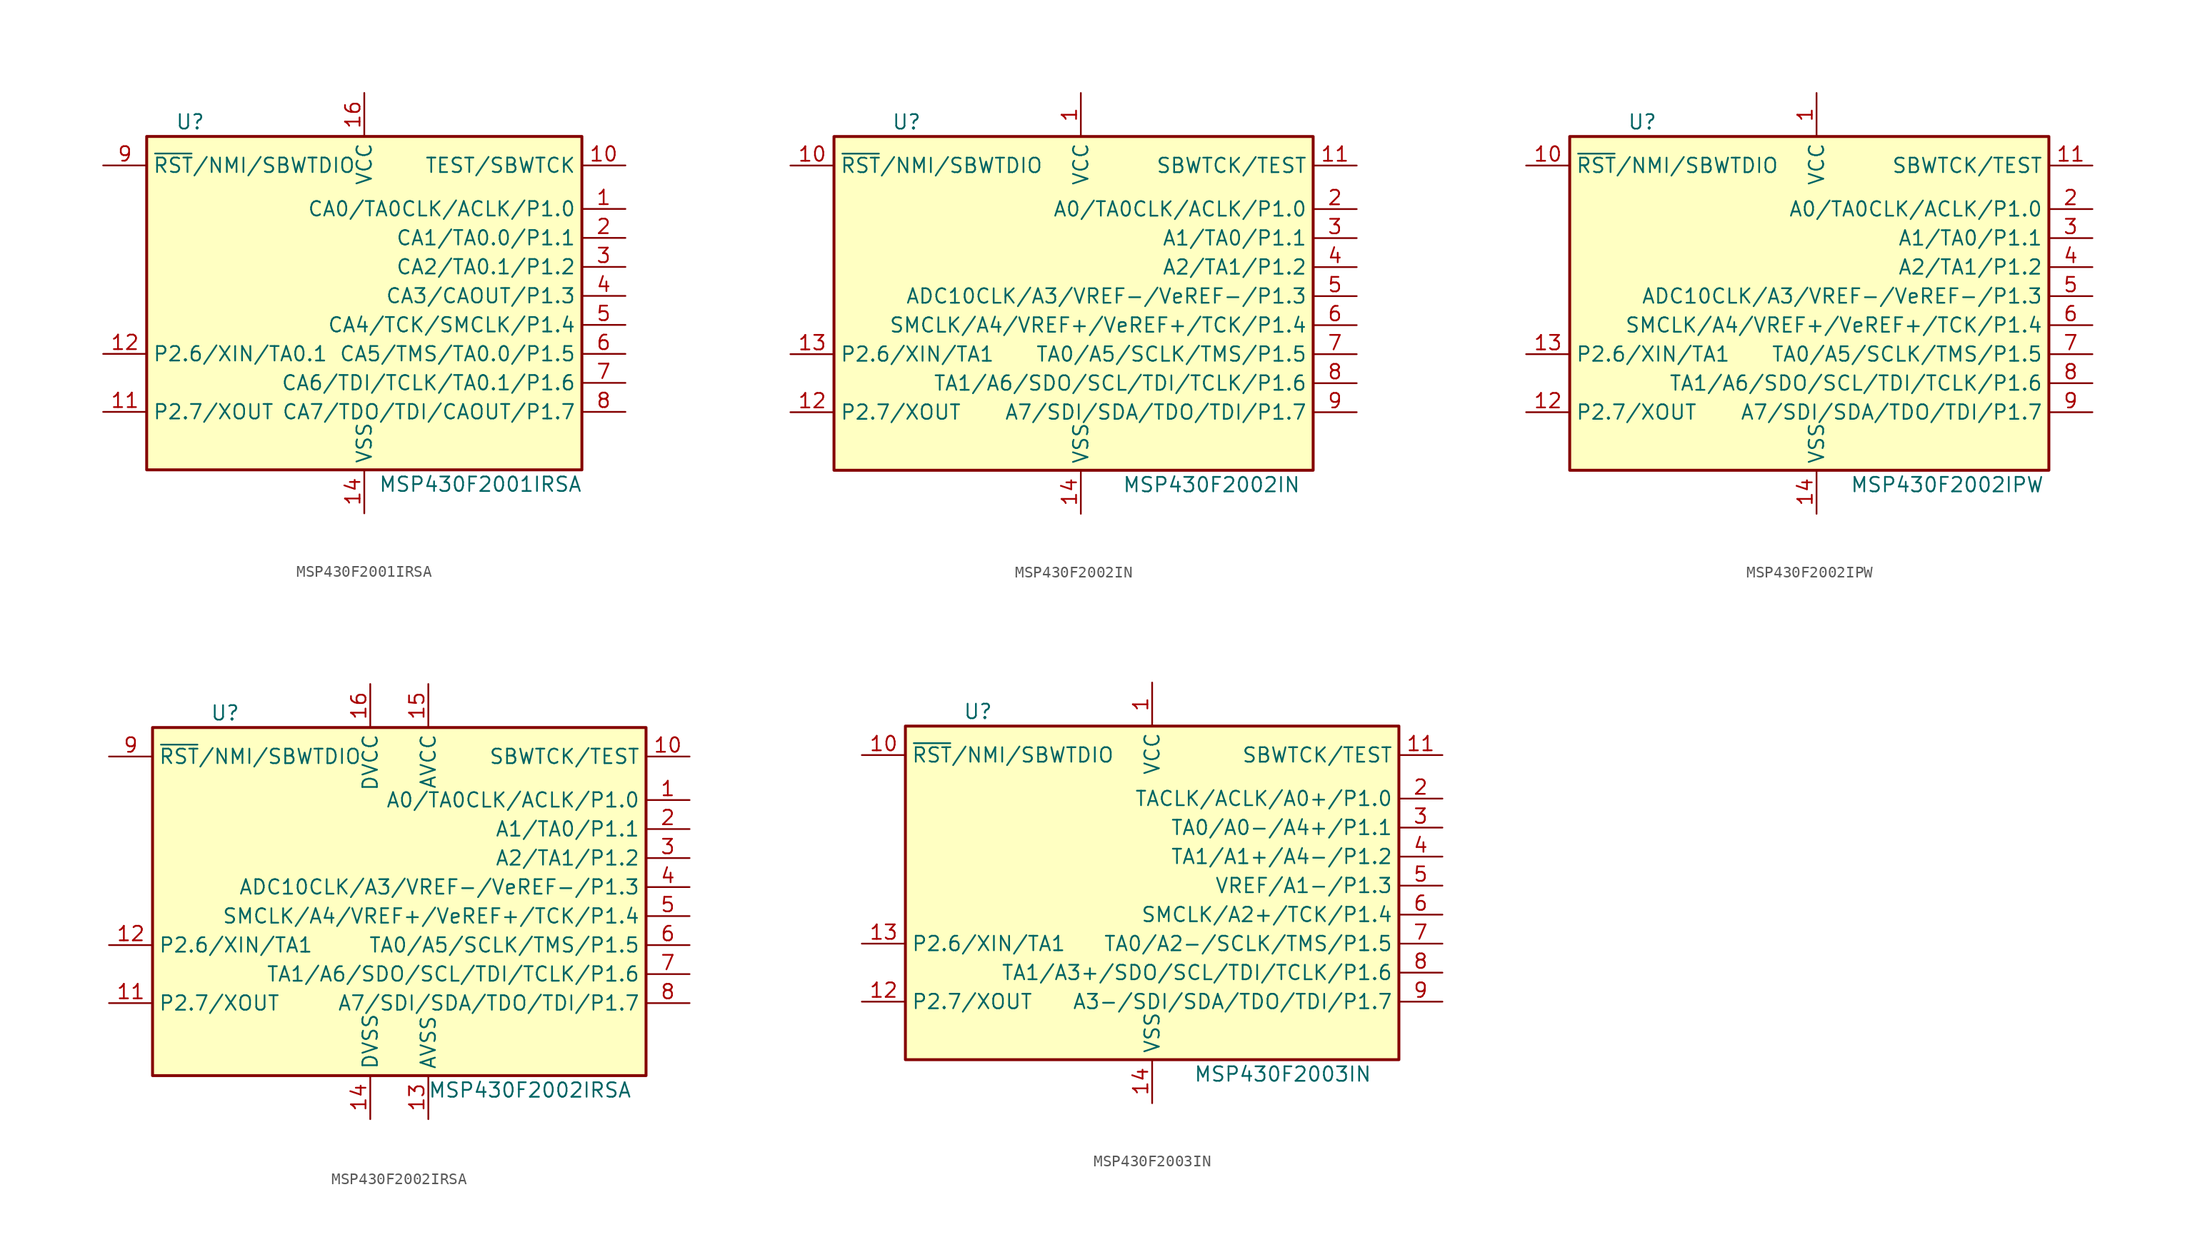
<source format=kicad_sym>
(kicad_symbol_lib
  (version 20201005)
  (generator kicad_symbol_editor)
  (symbol "MCU_Texas_MSP430:MSP430F2001IRSA"
    (property "Reference" "U"
      (at -15.24 15.24 0)
      (effects (font (size 1.27 1.27))))
    (property "Value" "MSP430F2001IRSA"
      (at 10.16 -16.51 0)
      (effects (font (size 1.27 1.27))))
    (symbol "MSP430F2001IRSA_0_1"
      (rectangle (start -19.05 13.97) (end 19.05 -15.24) (stroke (width 0.254)) (fill (type background))))
    (symbol "MSP430F2001IRSA_1_1"
      (pin bidirectional line (at 22.86 7.62 180) (length 3.81) (name "CA0/TA0CLK/ACLK/P1.0" (effects (font (size 1.27 1.27)))) (number "1" (effects (font (size 1.27 1.27)))))
      (pin input line (at 22.86 11.43 180) (length 3.81) (name "TEST/SBWTCK" (effects (font (size 1.27 1.27)))) (number "10" (effects (font (size 1.27 1.27)))))
      (pin bidirectional line (at -22.86 -10.16 0) (length 3.81) (name "P2.7/XOUT" (effects (font (size 1.27 1.27)))) (number "11" (effects (font (size 1.27 1.27)))))
      (pin bidirectional line (at -22.86 -5.08 0) (length 3.81) (name "P2.6/XIN/TA0.1" (effects (font (size 1.27 1.27)))) (number "12" (effects (font (size 1.27 1.27)))))
      (pin power_in line (at 0 -19.05 90) (length 3.81) (name "VSS" (effects (font (size 1.27 1.27)))) (number "14" (effects (font (size 1.27 1.27)))))
      (pin power_in line (at 0 17.78 270) (length 3.81) (name "VCC" (effects (font (size 1.27 1.27)))) (number "16" (effects (font (size 1.27 1.27)))))
      (pin bidirectional line (at 22.86 5.08 180) (length 3.81) (name "CA1/TA0.0/P1.1" (effects (font (size 1.27 1.27)))) (number "2" (effects (font (size 1.27 1.27)))))
      (pin bidirectional line (at 22.86 2.54 180) (length 3.81) (name "CA2/TA0.1/P1.2" (effects (font (size 1.27 1.27)))) (number "3" (effects (font (size 1.27 1.27)))))
      (pin bidirectional line (at 22.86 0 180) (length 3.81) (name "CA3/CAOUT/P1.3" (effects (font (size 1.27 1.27)))) (number "4" (effects (font (size 1.27 1.27)))))
      (pin bidirectional line (at 22.86 -2.54 180) (length 3.81) (name "CA4/TCK/SMCLK/P1.4" (effects (font (size 1.27 1.27)))) (number "5" (effects (font (size 1.27 1.27)))))
      (pin bidirectional line (at 22.86 -5.08 180) (length 3.81) (name "CA5/TMS/TA0.0/P1.5" (effects (font (size 1.27 1.27)))) (number "6" (effects (font (size 1.27 1.27)))))
      (pin bidirectional line (at 22.86 -7.62 180) (length 3.81) (name "CA6/TDI/TCLK/TA0.1/P1.6" (effects (font (size 1.27 1.27)))) (number "7" (effects (font (size 1.27 1.27)))))
      (pin bidirectional line (at 22.86 -10.16 180) (length 3.81) (name "CA7/TDO/TDI/CAOUT/P1.7" (effects (font (size 1.27 1.27)))) (number "8" (effects (font (size 1.27 1.27)))))
      (pin input line (at -22.86 11.43 0) (length 3.81) (name "~RST~/NMI/SBWTDIO" (effects (font (size 1.27 1.27)))) (number "9" (effects (font (size 1.27 1.27)))))))
  (symbol "MCU_Texas_MSP430:MSP430F2002IN"
    (property "Reference" "U"
      (at -15.24 15.24 0)
      (effects (font (size 1.27 1.27))))
    (property "Value" "MSP430F2002IN"
      (at 11.43 -16.51 0)
      (effects (font (size 1.27 1.27))))
    (symbol "MSP430F2002IN_0_1"
      (rectangle (start -21.59 13.97) (end 20.32 -15.24) (stroke (width 0.254)) (fill (type background))))
    (symbol "MSP430F2002IN_1_1"
      (pin power_in line (at 0 17.78 270) (length 3.81) (name "VCC" (effects (font (size 1.27 1.27)))) (number "1" (effects (font (size 1.27 1.27)))))
      (pin input line (at -25.4 11.43 0) (length 3.81) (name "~RST~/NMI/SBWTDIO" (effects (font (size 1.27 1.27)))) (number "10" (effects (font (size 1.27 1.27)))))
      (pin input line (at 24.13 11.43 180) (length 3.81) (name "SBWTCK/TEST" (effects (font (size 1.27 1.27)))) (number "11" (effects (font (size 1.27 1.27)))))
      (pin bidirectional line (at -25.4 -10.16 0) (length 3.81) (name "P2.7/XOUT" (effects (font (size 1.27 1.27)))) (number "12" (effects (font (size 1.27 1.27)))))
      (pin bidirectional line (at -25.4 -5.08 0) (length 3.81) (name "P2.6/XIN/TA1" (effects (font (size 1.27 1.27)))) (number "13" (effects (font (size 1.27 1.27)))))
      (pin power_in line (at 0 -19.05 90) (length 3.81) (name "VSS" (effects (font (size 1.27 1.27)))) (number "14" (effects (font (size 1.27 1.27)))))
      (pin bidirectional line (at 24.13 7.62 180) (length 3.81) (name "A0/TA0CLK/ACLK/P1.0" (effects (font (size 1.27 1.27)))) (number "2" (effects (font (size 1.27 1.27)))))
      (pin bidirectional line (at 24.13 5.08 180) (length 3.81) (name "A1/TA0/P1.1" (effects (font (size 1.27 1.27)))) (number "3" (effects (font (size 1.27 1.27)))))
      (pin bidirectional line (at 24.13 2.54 180) (length 3.81) (name "A2/TA1/P1.2" (effects (font (size 1.27 1.27)))) (number "4" (effects (font (size 1.27 1.27)))))
      (pin bidirectional line (at 24.13 0 180) (length 3.81) (name "ADC10CLK/A3/VREF-/VeREF-/P1.3" (effects (font (size 1.27 1.27)))) (number "5" (effects (font (size 1.27 1.27)))))
      (pin bidirectional line (at 24.13 -2.54 180) (length 3.81) (name "SMCLK/A4/VREF+/VeREF+/TCK/P1.4" (effects (font (size 1.27 1.27)))) (number "6" (effects (font (size 1.27 1.27)))))
      (pin bidirectional line (at 24.13 -5.08 180) (length 3.81) (name "TA0/A5/SCLK/TMS/P1.5" (effects (font (size 1.27 1.27)))) (number "7" (effects (font (size 1.27 1.27)))))
      (pin bidirectional line (at 24.13 -7.62 180) (length 3.81) (name "TA1/A6/SDO/SCL/TDI/TCLK/P1.6" (effects (font (size 1.27 1.27)))) (number "8" (effects (font (size 1.27 1.27)))))
      (pin bidirectional line (at 24.13 -10.16 180) (length 3.81) (name "A7/SDI/SDA/TDO/TDI/P1.7" (effects (font (size 1.27 1.27)))) (number "9" (effects (font (size 1.27 1.27)))))))
  (symbol "MCU_Texas_MSP430:MSP430F2002IPW"
    (property "Reference" "U"
      (at -15.24 15.24 0)
      (effects (font (size 1.27 1.27))))
    (property "Value" "MSP430F2002IPW"
      (at 11.43 -16.51 0)
      (effects (font (size 1.27 1.27))))
    (symbol "MSP430F2002IPW_0_1"
      (rectangle (start -21.59 13.97) (end 20.32 -15.24) (stroke (width 0.254)) (fill (type background))))
    (symbol "MSP430F2002IPW_1_1"
      (pin power_in line (at 0 17.78 270) (length 3.81) (name "VCC" (effects (font (size 1.27 1.27)))) (number "1" (effects (font (size 1.27 1.27)))))
      (pin input line (at -25.4 11.43 0) (length 3.81) (name "~RST~/NMI/SBWTDIO" (effects (font (size 1.27 1.27)))) (number "10" (effects (font (size 1.27 1.27)))))
      (pin input line (at 24.13 11.43 180) (length 3.81) (name "SBWTCK/TEST" (effects (font (size 1.27 1.27)))) (number "11" (effects (font (size 1.27 1.27)))))
      (pin bidirectional line (at -25.4 -10.16 0) (length 3.81) (name "P2.7/XOUT" (effects (font (size 1.27 1.27)))) (number "12" (effects (font (size 1.27 1.27)))))
      (pin bidirectional line (at -25.4 -5.08 0) (length 3.81) (name "P2.6/XIN/TA1" (effects (font (size 1.27 1.27)))) (number "13" (effects (font (size 1.27 1.27)))))
      (pin power_in line (at 0 -19.05 90) (length 3.81) (name "VSS" (effects (font (size 1.27 1.27)))) (number "14" (effects (font (size 1.27 1.27)))))
      (pin bidirectional line (at 24.13 7.62 180) (length 3.81) (name "A0/TA0CLK/ACLK/P1.0" (effects (font (size 1.27 1.27)))) (number "2" (effects (font (size 1.27 1.27)))))
      (pin bidirectional line (at 24.13 5.08 180) (length 3.81) (name "A1/TA0/P1.1" (effects (font (size 1.27 1.27)))) (number "3" (effects (font (size 1.27 1.27)))))
      (pin bidirectional line (at 24.13 2.54 180) (length 3.81) (name "A2/TA1/P1.2" (effects (font (size 1.27 1.27)))) (number "4" (effects (font (size 1.27 1.27)))))
      (pin bidirectional line (at 24.13 0 180) (length 3.81) (name "ADC10CLK/A3/VREF-/VeREF-/P1.3" (effects (font (size 1.27 1.27)))) (number "5" (effects (font (size 1.27 1.27)))))
      (pin bidirectional line (at 24.13 -2.54 180) (length 3.81) (name "SMCLK/A4/VREF+/VeREF+/TCK/P1.4" (effects (font (size 1.27 1.27)))) (number "6" (effects (font (size 1.27 1.27)))))
      (pin bidirectional line (at 24.13 -5.08 180) (length 3.81) (name "TA0/A5/SCLK/TMS/P1.5" (effects (font (size 1.27 1.27)))) (number "7" (effects (font (size 1.27 1.27)))))
      (pin bidirectional line (at 24.13 -7.62 180) (length 3.81) (name "TA1/A6/SDO/SCL/TDI/TCLK/P1.6" (effects (font (size 1.27 1.27)))) (number "8" (effects (font (size 1.27 1.27)))))
      (pin bidirectional line (at 24.13 -10.16 180) (length 3.81) (name "A7/SDI/SDA/TDO/TDI/P1.7" (effects (font (size 1.27 1.27)))) (number "9" (effects (font (size 1.27 1.27)))))))
  (symbol "MCU_Texas_MSP430:MSP430F2002IRSA"
    (property "Reference" "U"
      (at -15.24 15.24 0)
      (effects (font (size 1.27 1.27))))
    (property "Value" "MSP430F2002IRSA"
      (at 11.43 -17.78 0)
      (effects (font (size 1.27 1.27))))
    (symbol "MSP430F2002IRSA_0_1"
      (rectangle (start -21.59 13.97) (end 21.59 -16.51) (stroke (width 0.254)) (fill (type background))))
    (symbol "MSP430F2002IRSA_1_1"
      (pin bidirectional line (at 25.4 7.62 180) (length 3.81) (name "A0/TA0CLK/ACLK/P1.0" (effects (font (size 1.27 1.27)))) (number "1" (effects (font (size 1.27 1.27)))))
      (pin input line (at 25.4 11.43 180) (length 3.81) (name "SBWTCK/TEST" (effects (font (size 1.27 1.27)))) (number "10" (effects (font (size 1.27 1.27)))))
      (pin bidirectional line (at -25.4 -10.16 0) (length 3.81) (name "P2.7/XOUT" (effects (font (size 1.27 1.27)))) (number "11" (effects (font (size 1.27 1.27)))))
      (pin bidirectional line (at -25.4 -5.08 0) (length 3.81) (name "P2.6/XIN/TA1" (effects (font (size 1.27 1.27)))) (number "12" (effects (font (size 1.27 1.27)))))
      (pin power_in line (at 2.54 -20.32 90) (length 3.81) (name "AVSS" (effects (font (size 1.27 1.27)))) (number "13" (effects (font (size 1.27 1.27)))))
      (pin power_in line (at -2.54 -20.32 90) (length 3.81) (name "DVSS" (effects (font (size 1.27 1.27)))) (number "14" (effects (font (size 1.27 1.27)))))
      (pin power_in line (at 2.54 17.78 270) (length 3.81) (name "AVCC" (effects (font (size 1.27 1.27)))) (number "15" (effects (font (size 1.27 1.27)))))
      (pin power_in line (at -2.54 17.78 270) (length 3.81) (name "DVCC" (effects (font (size 1.27 1.27)))) (number "16" (effects (font (size 1.27 1.27)))))
      (pin bidirectional line (at 25.4 5.08 180) (length 3.81) (name "A1/TA0/P1.1" (effects (font (size 1.27 1.27)))) (number "2" (effects (font (size 1.27 1.27)))))
      (pin bidirectional line (at 25.4 2.54 180) (length 3.81) (name "A2/TA1/P1.2" (effects (font (size 1.27 1.27)))) (number "3" (effects (font (size 1.27 1.27)))))
      (pin bidirectional line (at 25.4 0 180) (length 3.81) (name "ADC10CLK/A3/VREF-/VeREF-/P1.3" (effects (font (size 1.27 1.27)))) (number "4" (effects (font (size 1.27 1.27)))))
      (pin bidirectional line (at 25.4 -2.54 180) (length 3.81) (name "SMCLK/A4/VREF+/VeREF+/TCK/P1.4" (effects (font (size 1.27 1.27)))) (number "5" (effects (font (size 1.27 1.27)))))
      (pin bidirectional line (at 25.4 -5.08 180) (length 3.81) (name "TA0/A5/SCLK/TMS/P1.5" (effects (font (size 1.27 1.27)))) (number "6" (effects (font (size 1.27 1.27)))))
      (pin bidirectional line (at 25.4 -7.62 180) (length 3.81) (name "TA1/A6/SDO/SCL/TDI/TCLK/P1.6" (effects (font (size 1.27 1.27)))) (number "7" (effects (font (size 1.27 1.27)))))
      (pin bidirectional line (at 25.4 -10.16 180) (length 3.81) (name "A7/SDI/SDA/TDO/TDI/P1.7" (effects (font (size 1.27 1.27)))) (number "8" (effects (font (size 1.27 1.27)))))
      (pin input line (at -25.4 11.43 0) (length 3.81) (name "~RST~/NMI/SBWTDIO" (effects (font (size 1.27 1.27)))) (number "9" (effects (font (size 1.27 1.27)))))))
  (symbol "MCU_Texas_MSP430:MSP430F2003IN"
    (property "Reference" "U"
      (at -15.24 15.24 0)
      (effects (font (size 1.27 1.27))))
    (property "Value" "MSP430F2003IN"
      (at 11.43 -16.51 0)
      (effects (font (size 1.27 1.27))))
    (symbol "MSP430F2003IN_0_1"
      (rectangle (start -21.59 13.97) (end 21.59 -15.24) (stroke (width 0.254)) (fill (type background))))
    (symbol "MSP430F2003IN_1_1"
      (pin power_in line (at 0 17.78 270) (length 3.81) (name "VCC" (effects (font (size 1.27 1.27)))) (number "1" (effects (font (size 1.27 1.27)))))
      (pin input line (at -25.4 11.43 0) (length 3.81) (name "~RST~/NMI/SBWTDIO" (effects (font (size 1.27 1.27)))) (number "10" (effects (font (size 1.27 1.27)))))
      (pin input line (at 25.4 11.43 180) (length 3.81) (name "SBWTCK/TEST" (effects (font (size 1.27 1.27)))) (number "11" (effects (font (size 1.27 1.27)))))
      (pin bidirectional line (at -25.4 -10.16 0) (length 3.81) (name "P2.7/XOUT" (effects (font (size 1.27 1.27)))) (number "12" (effects (font (size 1.27 1.27)))))
      (pin bidirectional line (at -25.4 -5.08 0) (length 3.81) (name "P2.6/XIN/TA1" (effects (font (size 1.27 1.27)))) (number "13" (effects (font (size 1.27 1.27)))))
      (pin power_in line (at 0 -19.05 90) (length 3.81) (name "VSS" (effects (font (size 1.27 1.27)))) (number "14" (effects (font (size 1.27 1.27)))))
      (pin bidirectional line (at 25.4 7.62 180) (length 3.81) (name "TACLK/ACLK/A0+/P1.0" (effects (font (size 1.27 1.27)))) (number "2" (effects (font (size 1.27 1.27)))))
      (pin bidirectional line (at 25.4 5.08 180) (length 3.81) (name "TA0/A0-/A4+/P1.1" (effects (font (size 1.27 1.27)))) (number "3" (effects (font (size 1.27 1.27)))))
      (pin bidirectional line (at 25.4 2.54 180) (length 3.81) (name "TA1/A1+/A4-/P1.2" (effects (font (size 1.27 1.27)))) (number "4" (effects (font (size 1.27 1.27)))))
      (pin bidirectional line (at 25.4 0 180) (length 3.81) (name "VREF/A1-/P1.3" (effects (font (size 1.27 1.27)))) (number "5" (effects (font (size 1.27 1.27)))))
      (pin bidirectional line (at 25.4 -2.54 180) (length 3.81) (name "SMCLK/A2+/TCK/P1.4" (effects (font (size 1.27 1.27)))) (number "6" (effects (font (size 1.27 1.27)))))
      (pin bidirectional line (at 25.4 -5.08 180) (length 3.81) (name "TA0/A2-/SCLK/TMS/P1.5" (effects (font (size 1.27 1.27)))) (number "7" (effects (font (size 1.27 1.27)))))
      (pin bidirectional line (at 25.4 -7.62 180) (length 3.81) (name "TA1/A3+/SDO/SCL/TDI/TCLK/P1.6" (effects (font (size 1.27 1.27)))) (number "8" (effects (font (size 1.27 1.27)))))
      (pin bidirectional line (at 25.4 -10.16 180) (length 3.81) (name "A3-/SDI/SDA/TDO/TDI/P1.7" (effects (font (size 1.27 1.27)))) (number "9" (effects (font (size 1.27 1.27))))))))
</source>
